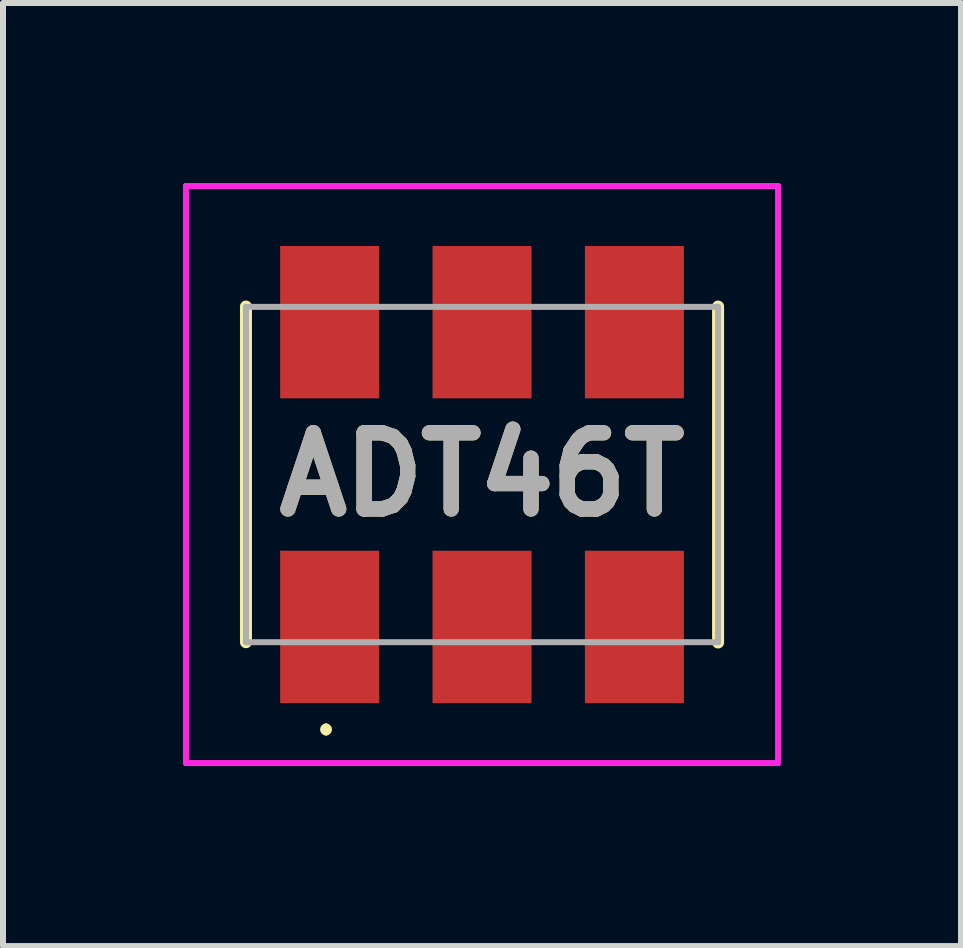
<source format=kicad_pcb>
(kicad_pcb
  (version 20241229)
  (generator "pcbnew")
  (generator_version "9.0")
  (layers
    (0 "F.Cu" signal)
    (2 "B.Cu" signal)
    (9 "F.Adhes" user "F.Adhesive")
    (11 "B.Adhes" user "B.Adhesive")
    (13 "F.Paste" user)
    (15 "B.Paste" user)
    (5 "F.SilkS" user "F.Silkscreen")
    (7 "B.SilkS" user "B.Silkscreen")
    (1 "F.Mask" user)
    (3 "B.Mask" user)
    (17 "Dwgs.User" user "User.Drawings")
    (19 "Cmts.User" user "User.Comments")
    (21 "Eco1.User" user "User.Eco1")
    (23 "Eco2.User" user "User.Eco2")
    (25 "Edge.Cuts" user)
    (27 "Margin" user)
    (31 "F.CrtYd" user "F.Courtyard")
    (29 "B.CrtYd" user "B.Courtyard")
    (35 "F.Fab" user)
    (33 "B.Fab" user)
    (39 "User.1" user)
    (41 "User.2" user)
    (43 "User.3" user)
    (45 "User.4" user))
  (footprint "ADT46T"
    (layer "F.Cu")
    (at 4.985 4.86)
    (property "Reference" "ADT46T" (at 0 0 0) (layer "F.SilkS") (effects (font (size 1.27 1.27) (thickness 0.254))))
    (attr smd)
    (fp_line (start -3.935 -2.8) (end -3.935 2.795) (stroke (width 0.2) (type solid)) (layer "F.SilkS"))
    (fp_line (start -2.6 4.2) (end -2.6 4.2) (stroke (width 0.1) (type solid)) (layer "F.SilkS"))
    (fp_line (start -2.6 4.3) (end -2.6 4.3) (stroke (width 0.1) (type solid)) (layer "F.SilkS"))
    (fp_line (start 3.935 -2.8) (end 3.935 2.8) (stroke (width 0.2) (type solid)) (layer "F.SilkS"))
    (fp_arc (start -2.6 4.2) (mid -2.55 4.25) (end -2.6 4.3) (stroke (width 0.1) (type solid)) (layer "F.SilkS"))
    (fp_arc (start -2.6 4.3) (mid -2.65 4.25) (end -2.6 4.2) (stroke (width 0.1) (type solid)) (layer "F.SilkS"))
    (fp_line (start -4.935 -4.81) (end 4.935 -4.81) (stroke (width 0.1) (type solid)) (layer "F.CrtYd"))
    (fp_line (start -4.935 4.81) (end -4.935 -4.81) (stroke (width 0.1) (type solid)) (layer "F.CrtYd"))
    (fp_line (start 4.935 -4.81) (end 4.935 4.81) (stroke (width 0.1) (type solid)) (layer "F.CrtYd"))
    (fp_line (start 4.935 4.81) (end -4.935 4.81) (stroke (width 0.1) (type solid)) (layer "F.CrtYd"))
    (fp_line (start -3.935 -2.795) (end 3.935 -2.795) (stroke (width 0.1) (type solid)) (layer "F.Fab"))
    (fp_line (start -3.935 2.795) (end -3.935 -2.795) (stroke (width 0.1) (type solid)) (layer "F.Fab"))
    (fp_line (start 3.935 -2.795) (end 3.935 2.795) (stroke (width 0.1) (type solid)) (layer "F.Fab"))
    (fp_line (start 3.935 2.795) (end -3.935 2.795) (stroke (width 0.1) (type solid)) (layer "F.Fab"))
    (fp_text user "${REFERENCE}" (at 0 0 0) (layer "F.Fab") (effects (font (size 1.27 1.27) (thickness 0.254))))
    (pad "1" smd rect (at -2.54 2.54) (size 1.65 2.54) (layers "F.Cu" "F.Mask" "F.Paste"))
    (pad "2" smd rect (at 0 2.54) (size 1.65 2.54) (layers "F.Cu" "F.Mask" "F.Paste"))
    (pad "3" smd rect (at 2.54 2.54) (size 1.65 2.54) (layers "F.Cu" "F.Mask" "F.Paste"))
    (pad "4" smd rect (at 2.54 -2.54) (size 1.65 2.54) (layers "F.Cu" "F.Mask" "F.Paste"))
    (pad "5" smd rect (at 0 -2.54) (size 1.65 2.54) (layers "F.Cu" "F.Mask" "F.Paste"))
    (pad "6" smd rect (at -2.54 -2.54) (size 1.65 2.54) (layers "F.Cu" "F.Mask" "F.Paste")))
  (gr_rect
    (start -3 -3)
    (end 12.97 12.72)
    (stroke (width 0.1) (type default))
    (fill no)
    (layer "Edge.Cuts")))
</source>
